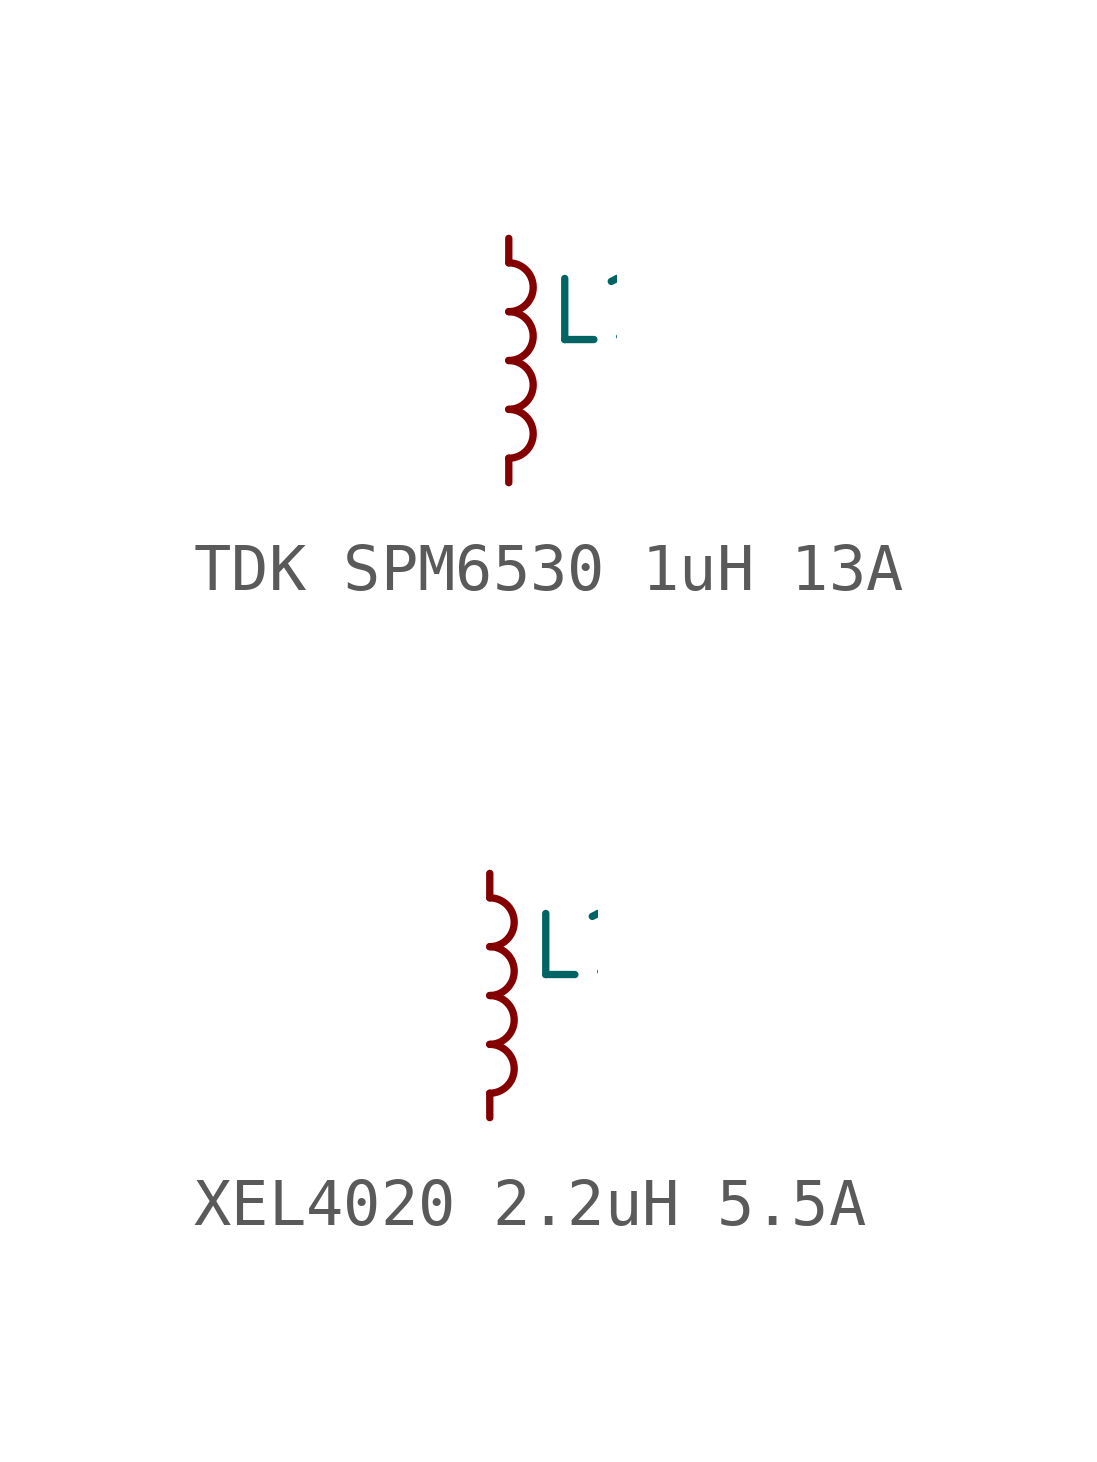
<source format=kicad_sym>
(kicad_symbol_lib
  (version 20220914)
  (generator kicad_symbol_editor)
  (symbol "TDK SPM6530 1uH 13A"
    (pin_numbers hide)
    (pin_names
      (offset 0.254) hide)
    (property "Reference" "L"
      (at 0.762 1.016 0)
      (effects (font (size 1.27 1.27)) (justify left)))
    (symbol "TDK SPM6530 1uH 13A_0_1"
      (arc (start 0 -2.032) (mid 0.5058 -1.524) (end 0 -1.016) (stroke (width 0) (type default)) (fill (type none)))
      (arc (start 0 -1.016) (mid 0.5058 -0.508) (end 0 0) (stroke (width 0) (type default)) (fill (type none)))
      (arc (start 0 0) (mid 0.5058 0.508) (end 0 1.016) (stroke (width 0) (type default)) (fill (type none)))
      (arc (start 0 1.016) (mid 0.5058 1.524) (end 0 2.032) (stroke (width 0) (type default)) (fill (type none))))
    (symbol "TDK SPM6530 1uH 13A_1_1"
      (pin passive line (at 0 2.54 270) (length 0.508) (name "~" (effects (font (size 1.27 1.27)))) (number "1" (effects (font (size 1.27 1.27)))))
      (pin passive line (at 0 -2.54 90) (length 0.508) (name "~" (effects (font (size 1.27 1.27)))) (number "2" (effects (font (size 1.27 1.27)))))))
  (symbol "XEL4020 2.2uH 5.5A"
    (pin_numbers hide)
    (pin_names
      (offset 0.254) hide)
    (property "Reference" "L"
      (at 0.762 1.016 0)
      (effects (font (size 1.27 1.27)) (justify left)))
    (symbol "XEL4020 2.2uH 5.5A_0_1"
      (arc (start 0 -2.032) (mid 0.5058 -1.524) (end 0 -1.016) (stroke (width 0) (type default)) (fill (type none)))
      (arc (start 0 -1.016) (mid 0.5058 -0.508) (end 0 0) (stroke (width 0) (type default)) (fill (type none)))
      (arc (start 0 0) (mid 0.5058 0.508) (end 0 1.016) (stroke (width 0) (type default)) (fill (type none)))
      (arc (start 0 1.016) (mid 0.5058 1.524) (end 0 2.032) (stroke (width 0) (type default)) (fill (type none))))
    (symbol "XEL4020 2.2uH 5.5A_1_1"
      (pin passive line (at 0 2.54 270) (length 0.508) (name "~" (effects (font (size 1.27 1.27)))) (number "1" (effects (font (size 1.27 1.27)))))
      (pin passive line (at 0 -2.54 90) (length 0.508) (name "~" (effects (font (size 1.27 1.27)))) (number "2" (effects (font (size 1.27 1.27))))))))
</source>
